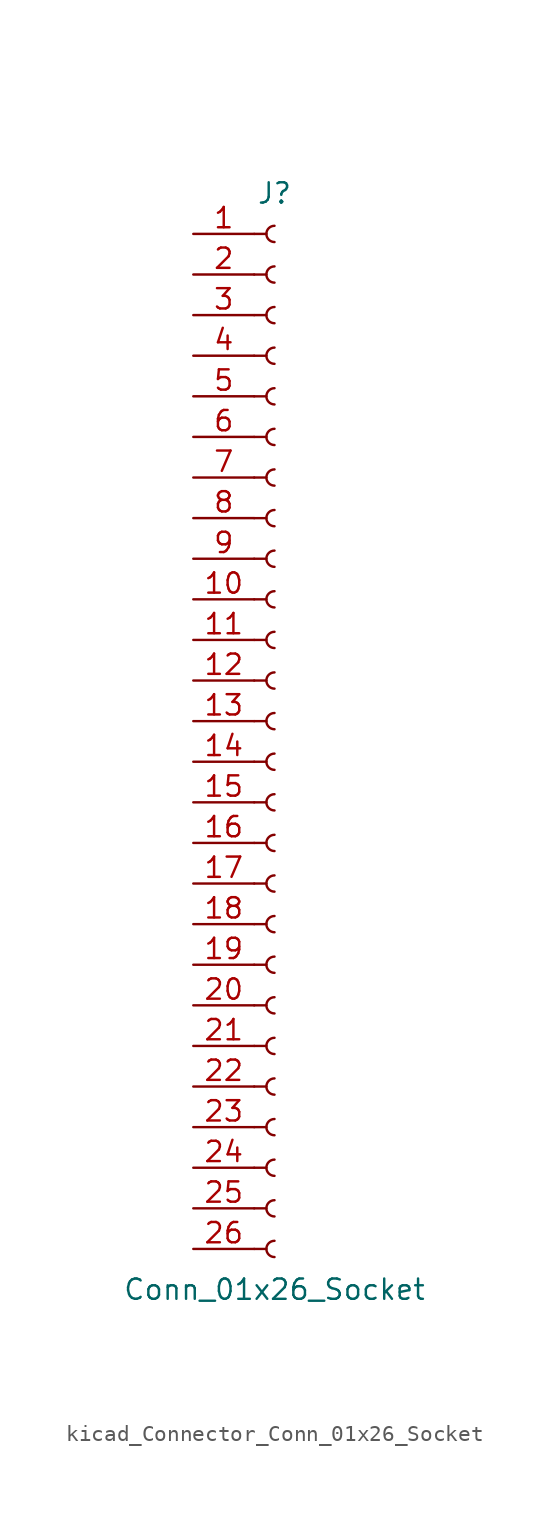
<source format=kicad_sym>
(kicad_symbol_lib
  (version 20220914)
  (generator kicad_symbol_editor)
  (symbol "kicad_Connector_Conn_01x26_Socket"
    (pin_names
      (offset 1.016) hide)
    (property "Reference" "J"
      (at 0 33.02 0)
      (effects (font (size 1.27 1.27))))
    (property "Value" "Conn_01x26_Socket"
      (at 0 -35.56 0)
      (effects (font (size 1.27 1.27))))
    (property "ki_locked" ""
      (at 0 0 0)
      (effects (font (size 1.27 1.27))))
    (symbol "kicad_Connector_Conn_01x26_Socket_1_1"
      (arc (start 0 -32.512) (mid -0.5058 -33.02) (end 0 -33.528) (stroke (width 0.1524) (type default)) (fill (type none)))
      (arc (start 0 -29.972) (mid -0.5058 -30.48) (end 0 -30.988) (stroke (width 0.1524) (type default)) (fill (type none)))
      (arc (start 0 -27.432) (mid -0.5058 -27.94) (end 0 -28.448) (stroke (width 0.1524) (type default)) (fill (type none)))
      (arc (start 0 -24.892) (mid -0.5058 -25.4) (end 0 -25.908) (stroke (width 0.1524) (type default)) (fill (type none)))
      (arc (start 0 -22.352) (mid -0.5058 -22.86) (end 0 -23.368) (stroke (width 0.1524) (type default)) (fill (type none)))
      (arc (start 0 -19.812) (mid -0.5058 -20.32) (end 0 -20.828) (stroke (width 0.1524) (type default)) (fill (type none)))
      (arc (start 0 -17.272) (mid -0.5058 -17.78) (end 0 -18.288) (stroke (width 0.1524) (type default)) (fill (type none)))
      (arc (start 0 -14.732) (mid -0.5058 -15.24) (end 0 -15.748) (stroke (width 0.1524) (type default)) (fill (type none)))
      (arc (start 0 -12.192) (mid -0.5058 -12.7) (end 0 -13.208) (stroke (width 0.1524) (type default)) (fill (type none)))
      (arc (start 0 -9.652) (mid -0.5058 -10.16) (end 0 -10.668) (stroke (width 0.1524) (type default)) (fill (type none)))
      (arc (start 0 -7.112) (mid -0.5058 -7.62) (end 0 -8.128) (stroke (width 0.1524) (type default)) (fill (type none)))
      (arc (start 0 -4.572) (mid -0.5058 -5.08) (end 0 -5.588) (stroke (width 0.1524) (type default)) (fill (type none)))
      (arc (start 0 -2.032) (mid -0.5058 -2.54) (end 0 -3.048) (stroke (width 0.1524) (type default)) (fill (type none)))
      (polyline (pts (xy -1.27 -33.02) (xy -0.508 -33.02)) (stroke (width 0.152) (type default)) (fill (type none)))
      (polyline (pts (xy -1.27 -30.48) (xy -0.508 -30.48)) (stroke (width 0.152) (type default)) (fill (type none)))
      (polyline (pts (xy -1.27 -27.94) (xy -0.508 -27.94)) (stroke (width 0.152) (type default)) (fill (type none)))
      (polyline (pts (xy -1.27 -25.4) (xy -0.508 -25.4)) (stroke (width 0.152) (type default)) (fill (type none)))
      (polyline (pts (xy -1.27 -22.86) (xy -0.508 -22.86)) (stroke (width 0.152) (type default)) (fill (type none)))
      (polyline (pts (xy -1.27 -20.32) (xy -0.508 -20.32)) (stroke (width 0.152) (type default)) (fill (type none)))
      (polyline (pts (xy -1.27 -17.78) (xy -0.508 -17.78)) (stroke (width 0.152) (type default)) (fill (type none)))
      (polyline (pts (xy -1.27 -15.24) (xy -0.508 -15.24)) (stroke (width 0.152) (type default)) (fill (type none)))
      (polyline (pts (xy -1.27 -12.7) (xy -0.508 -12.7)) (stroke (width 0.152) (type default)) (fill (type none)))
      (polyline (pts (xy -1.27 -10.16) (xy -0.508 -10.16)) (stroke (width 0.152) (type default)) (fill (type none)))
      (polyline (pts (xy -1.27 -7.62) (xy -0.508 -7.62)) (stroke (width 0.152) (type default)) (fill (type none)))
      (polyline (pts (xy -1.27 -5.08) (xy -0.508 -5.08)) (stroke (width 0.152) (type default)) (fill (type none)))
      (polyline (pts (xy -1.27 -2.54) (xy -0.508 -2.54)) (stroke (width 0.152) (type default)) (fill (type none)))
      (polyline (pts (xy -1.27 0) (xy -0.508 0)) (stroke (width 0.152) (type default)) (fill (type none)))
      (polyline (pts (xy -1.27 2.54) (xy -0.508 2.54)) (stroke (width 0.152) (type default)) (fill (type none)))
      (polyline (pts (xy -1.27 5.08) (xy -0.508 5.08)) (stroke (width 0.152) (type default)) (fill (type none)))
      (polyline (pts (xy -1.27 7.62) (xy -0.508 7.62)) (stroke (width 0.152) (type default)) (fill (type none)))
      (polyline (pts (xy -1.27 10.16) (xy -0.508 10.16)) (stroke (width 0.152) (type default)) (fill (type none)))
      (polyline (pts (xy -1.27 12.7) (xy -0.508 12.7)) (stroke (width 0.152) (type default)) (fill (type none)))
      (polyline (pts (xy -1.27 15.24) (xy -0.508 15.24)) (stroke (width 0.152) (type default)) (fill (type none)))
      (polyline (pts (xy -1.27 17.78) (xy -0.508 17.78)) (stroke (width 0.152) (type default)) (fill (type none)))
      (polyline (pts (xy -1.27 20.32) (xy -0.508 20.32)) (stroke (width 0.152) (type default)) (fill (type none)))
      (polyline (pts (xy -1.27 22.86) (xy -0.508 22.86)) (stroke (width 0.152) (type default)) (fill (type none)))
      (polyline (pts (xy -1.27 25.4) (xy -0.508 25.4)) (stroke (width 0.152) (type default)) (fill (type none)))
      (polyline (pts (xy -1.27 27.94) (xy -0.508 27.94)) (stroke (width 0.152) (type default)) (fill (type none)))
      (polyline (pts (xy -1.27 30.48) (xy -0.508 30.48)) (stroke (width 0.152) (type default)) (fill (type none)))
      (arc (start 0 0.508) (mid -0.5058 0) (end 0 -0.508) (stroke (width 0.1524) (type default)) (fill (type none)))
      (arc (start 0 3.048) (mid -0.5058 2.54) (end 0 2.032) (stroke (width 0.1524) (type default)) (fill (type none)))
      (arc (start 0 5.588) (mid -0.5058 5.08) (end 0 4.572) (stroke (width 0.1524) (type default)) (fill (type none)))
      (arc (start 0 8.128) (mid -0.5058 7.62) (end 0 7.112) (stroke (width 0.1524) (type default)) (fill (type none)))
      (arc (start 0 10.668) (mid -0.5058 10.16) (end 0 9.652) (stroke (width 0.1524) (type default)) (fill (type none)))
      (arc (start 0 13.208) (mid -0.5058 12.7) (end 0 12.192) (stroke (width 0.1524) (type default)) (fill (type none)))
      (arc (start 0 15.748) (mid -0.5058 15.24) (end 0 14.732) (stroke (width 0.1524) (type default)) (fill (type none)))
      (arc (start 0 18.288) (mid -0.5058 17.78) (end 0 17.272) (stroke (width 0.1524) (type default)) (fill (type none)))
      (arc (start 0 20.828) (mid -0.5058 20.32) (end 0 19.812) (stroke (width 0.1524) (type default)) (fill (type none)))
      (arc (start 0 23.368) (mid -0.5058 22.86) (end 0 22.352) (stroke (width 0.1524) (type default)) (fill (type none)))
      (arc (start 0 25.908) (mid -0.5058 25.4) (end 0 24.892) (stroke (width 0.1524) (type default)) (fill (type none)))
      (arc (start 0 28.448) (mid -0.5058 27.94) (end 0 27.432) (stroke (width 0.1524) (type default)) (fill (type none)))
      (arc (start 0 30.988) (mid -0.5058 30.48) (end 0 29.972) (stroke (width 0.1524) (type default)) (fill (type none)))
      (pin passive line (at -5.08 30.48 0) (length 3.81) (name "Pin_1" (effects (font (size 1.27 1.27)))) (number "1" (effects (font (size 1.27 1.27)))))
      (pin passive line (at -5.08 7.62 0) (length 3.81) (name "Pin_10" (effects (font (size 1.27 1.27)))) (number "10" (effects (font (size 1.27 1.27)))))
      (pin passive line (at -5.08 5.08 0) (length 3.81) (name "Pin_11" (effects (font (size 1.27 1.27)))) (number "11" (effects (font (size 1.27 1.27)))))
      (pin passive line (at -5.08 2.54 0) (length 3.81) (name "Pin_12" (effects (font (size 1.27 1.27)))) (number "12" (effects (font (size 1.27 1.27)))))
      (pin passive line (at -5.08 0 0) (length 3.81) (name "Pin_13" (effects (font (size 1.27 1.27)))) (number "13" (effects (font (size 1.27 1.27)))))
      (pin passive line (at -5.08 -2.54 0) (length 3.81) (name "Pin_14" (effects (font (size 1.27 1.27)))) (number "14" (effects (font (size 1.27 1.27)))))
      (pin passive line (at -5.08 -5.08 0) (length 3.81) (name "Pin_15" (effects (font (size 1.27 1.27)))) (number "15" (effects (font (size 1.27 1.27)))))
      (pin passive line (at -5.08 -7.62 0) (length 3.81) (name "Pin_16" (effects (font (size 1.27 1.27)))) (number "16" (effects (font (size 1.27 1.27)))))
      (pin passive line (at -5.08 -10.16 0) (length 3.81) (name "Pin_17" (effects (font (size 1.27 1.27)))) (number "17" (effects (font (size 1.27 1.27)))))
      (pin passive line (at -5.08 -12.7 0) (length 3.81) (name "Pin_18" (effects (font (size 1.27 1.27)))) (number "18" (effects (font (size 1.27 1.27)))))
      (pin passive line (at -5.08 -15.24 0) (length 3.81) (name "Pin_19" (effects (font (size 1.27 1.27)))) (number "19" (effects (font (size 1.27 1.27)))))
      (pin passive line (at -5.08 27.94 0) (length 3.81) (name "Pin_2" (effects (font (size 1.27 1.27)))) (number "2" (effects (font (size 1.27 1.27)))))
      (pin passive line (at -5.08 -17.78 0) (length 3.81) (name "Pin_20" (effects (font (size 1.27 1.27)))) (number "20" (effects (font (size 1.27 1.27)))))
      (pin passive line (at -5.08 -20.32 0) (length 3.81) (name "Pin_21" (effects (font (size 1.27 1.27)))) (number "21" (effects (font (size 1.27 1.27)))))
      (pin passive line (at -5.08 -22.86 0) (length 3.81) (name "Pin_22" (effects (font (size 1.27 1.27)))) (number "22" (effects (font (size 1.27 1.27)))))
      (pin passive line (at -5.08 -25.4 0) (length 3.81) (name "Pin_23" (effects (font (size 1.27 1.27)))) (number "23" (effects (font (size 1.27 1.27)))))
      (pin passive line (at -5.08 -27.94 0) (length 3.81) (name "Pin_24" (effects (font (size 1.27 1.27)))) (number "24" (effects (font (size 1.27 1.27)))))
      (pin passive line (at -5.08 -30.48 0) (length 3.81) (name "Pin_25" (effects (font (size 1.27 1.27)))) (number "25" (effects (font (size 1.27 1.27)))))
      (pin passive line (at -5.08 -33.02 0) (length 3.81) (name "Pin_26" (effects (font (size 1.27 1.27)))) (number "26" (effects (font (size 1.27 1.27)))))
      (pin passive line (at -5.08 25.4 0) (length 3.81) (name "Pin_3" (effects (font (size 1.27 1.27)))) (number "3" (effects (font (size 1.27 1.27)))))
      (pin passive line (at -5.08 22.86 0) (length 3.81) (name "Pin_4" (effects (font (size 1.27 1.27)))) (number "4" (effects (font (size 1.27 1.27)))))
      (pin passive line (at -5.08 20.32 0) (length 3.81) (name "Pin_5" (effects (font (size 1.27 1.27)))) (number "5" (effects (font (size 1.27 1.27)))))
      (pin passive line (at -5.08 17.78 0) (length 3.81) (name "Pin_6" (effects (font (size 1.27 1.27)))) (number "6" (effects (font (size 1.27 1.27)))))
      (pin passive line (at -5.08 15.24 0) (length 3.81) (name "Pin_7" (effects (font (size 1.27 1.27)))) (number "7" (effects (font (size 1.27 1.27)))))
      (pin passive line (at -5.08 12.7 0) (length 3.81) (name "Pin_8" (effects (font (size 1.27 1.27)))) (number "8" (effects (font (size 1.27 1.27)))))
      (pin passive line (at -5.08 10.16 0) (length 3.81) (name "Pin_9" (effects (font (size 1.27 1.27)))) (number "9" (effects (font (size 1.27 1.27))))))))
</source>
